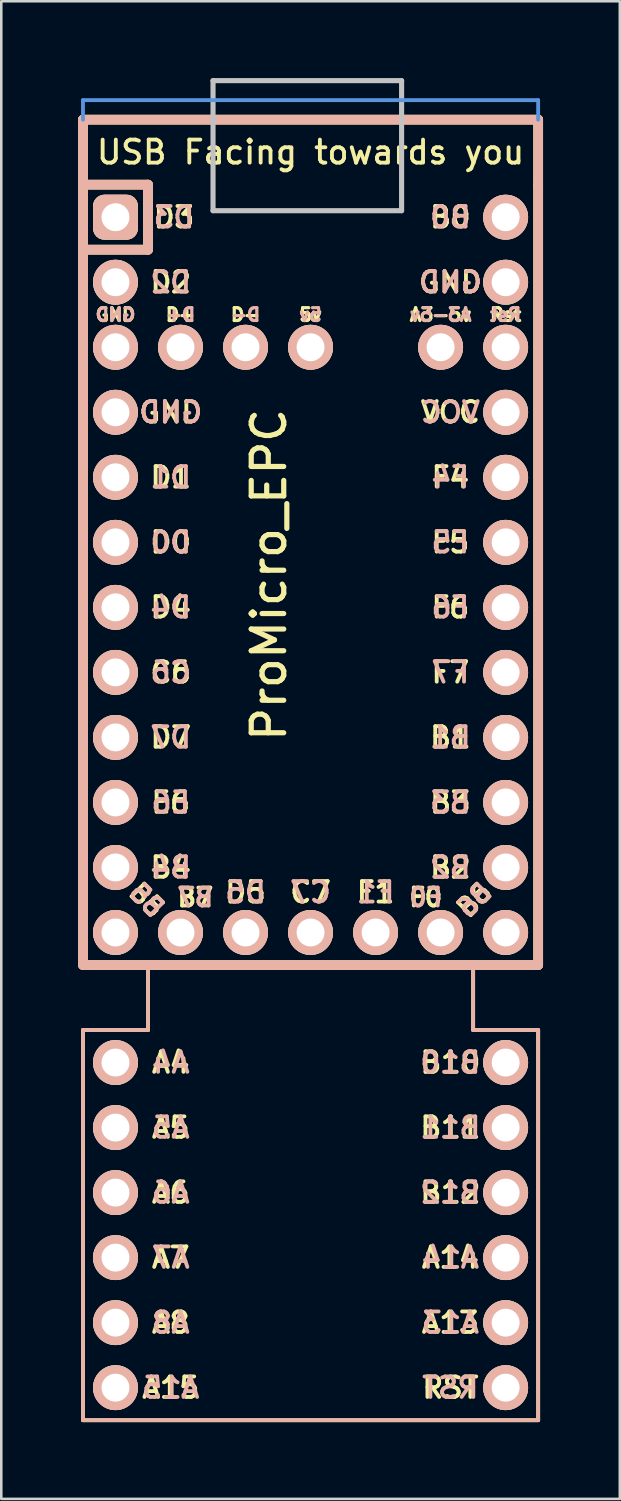
<source format=kicad_pcb>
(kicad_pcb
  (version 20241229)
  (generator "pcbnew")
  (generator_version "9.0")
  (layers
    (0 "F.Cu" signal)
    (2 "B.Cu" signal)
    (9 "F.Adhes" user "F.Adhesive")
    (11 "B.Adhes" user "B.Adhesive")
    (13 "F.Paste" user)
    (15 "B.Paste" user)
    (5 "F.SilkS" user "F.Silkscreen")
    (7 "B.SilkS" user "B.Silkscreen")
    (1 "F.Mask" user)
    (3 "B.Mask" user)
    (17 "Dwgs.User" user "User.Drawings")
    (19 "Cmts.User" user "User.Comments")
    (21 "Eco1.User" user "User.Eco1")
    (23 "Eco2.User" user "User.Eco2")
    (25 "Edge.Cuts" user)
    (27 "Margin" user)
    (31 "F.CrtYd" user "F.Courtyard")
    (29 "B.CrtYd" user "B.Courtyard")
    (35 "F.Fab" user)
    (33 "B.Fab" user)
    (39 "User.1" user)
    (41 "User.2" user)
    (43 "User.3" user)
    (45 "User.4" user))
  (footprint "ProMicro_EPC"
    (layer "F.Cu")
    (at 9.081 19.404)
    (property "Reference" "ProMicro_EPC" (at -1.625 0 270) (layer "F.SilkS") (effects (font (size 1.27 1.27) (thickness 0.203))))
    (attr through_hole)
    (fp_line (start -8.89 -17.78) (end -8.89 -15.24) (stroke (width 0.381) (type solid)) (layer "F.SilkS"))
    (fp_line (start -8.89 -15.24) (end -8.89 15.24) (stroke (width 0.381) (type solid)) (layer "F.SilkS"))
    (fp_line (start -8.89 15.24) (end 8.89 15.24) (stroke (width 0.381) (type solid)) (layer "F.SilkS"))
    (fp_line (start -8.89 33.02) (end -8.89 17.78) (stroke (width 0.15) (type solid)) (layer "F.SilkS"))
    (fp_line (start -6.35 -15.24) (end -8.89 -15.24) (stroke (width 0.381) (type solid)) (layer "F.SilkS"))
    (fp_line (start -6.35 -15.24) (end -6.35 -12.7) (stroke (width 0.381) (type solid)) (layer "F.SilkS"))
    (fp_line (start -6.35 -12.7) (end -8.89 -12.7) (stroke (width 0.381) (type solid)) (layer "F.SilkS"))
    (fp_line (start -6.35 15.748) (end -6.35 15.24) (stroke (width 0.15) (type solid)) (layer "F.SilkS"))
    (fp_line (start -6.35 15.748) (end -6.35 17.78) (stroke (width 0.15) (type solid)) (layer "F.SilkS"))
    (fp_line (start -6.35 17.78) (end -8.89 17.78) (stroke (width 0.15) (type solid)) (layer "F.SilkS"))
    (fp_line (start 6.35 15.24) (end 6.35 17.78) (stroke (width 0.15) (type solid)) (layer "F.SilkS"))
    (fp_line (start 6.35 17.78) (end 8.89 17.78) (stroke (width 0.15) (type solid)) (layer "F.SilkS"))
    (fp_line (start 8.89 -17.78) (end -8.89 -17.78) (stroke (width 0.381) (type solid)) (layer "F.SilkS"))
    (fp_line (start 8.89 -15.24) (end 8.89 -17.78) (stroke (width 0.381) (type solid)) (layer "F.SilkS"))
    (fp_line (start 8.89 15.24) (end 8.89 -15.24) (stroke (width 0.381) (type solid)) (layer "F.SilkS"))
    (fp_line (start 8.89 17.78) (end 8.89 33.02) (stroke (width 0.15) (type solid)) (layer "F.SilkS"))
    (fp_line (start 8.89 33.02) (end -8.89 33.02) (stroke (width 0.15) (type solid)) (layer "F.SilkS"))
    (fp_line (start -8.89 -17.78) (end -8.89 15.24) (stroke (width 0.381) (type solid)) (layer "B.SilkS"))
    (fp_line (start -8.89 15.24) (end 8.89 15.24) (stroke (width 0.381) (type solid)) (layer "B.SilkS"))
    (fp_line (start -8.89 17.78) (end -8.89 33.02) (stroke (width 0.15) (type solid)) (layer "B.SilkS"))
    (fp_line (start -8.89 33.02) (end 8.89 33.02) (stroke (width 0.15) (type solid)) (layer "B.SilkS"))
    (fp_line (start -6.35 -15.24) (end -8.89 -15.24) (stroke (width 0.381) (type solid)) (layer "B.SilkS"))
    (fp_line (start -6.35 -15.24) (end -6.35 -12.7) (stroke (width 0.381) (type solid)) (layer "B.SilkS"))
    (fp_line (start -6.35 -12.7) (end -8.89 -12.7) (stroke (width 0.381) (type solid)) (layer "B.SilkS"))
    (fp_line (start -6.35 15.24) (end -6.35 17.78) (stroke (width 0.15) (type solid)) (layer "B.SilkS"))
    (fp_line (start -6.35 17.78) (end -8.89 17.78) (stroke (width 0.15) (type solid)) (layer "B.SilkS"))
    (fp_line (start 6.35 17.78) (end 6.35 15.24) (stroke (width 0.15) (type solid)) (layer "B.SilkS"))
    (fp_line (start 8.89 -17.78) (end -8.89 -17.78) (stroke (width 0.381) (type solid)) (layer "B.SilkS"))
    (fp_line (start 8.89 15.24) (end 8.89 -17.78) (stroke (width 0.381) (type solid)) (layer "B.SilkS"))
    (fp_line (start 8.89 17.78) (end 6.35 17.78) (stroke (width 0.15) (type solid)) (layer "B.SilkS"))
    (fp_line (start 8.89 33.02) (end 8.89 17.78) (stroke (width 0.15) (type solid)) (layer "B.SilkS"))
    (fp_line (start -3.81 -19.304) (end 3.556 -19.304) (stroke (width 0.2) (type solid)) (layer "Dwgs.User"))
    (fp_line (start -3.81 -14.224) (end -3.81 -19.304) (stroke (width 0.2) (type solid)) (layer "Dwgs.User"))
    (fp_line (start 3.556 -19.304) (end 3.556 -14.224) (stroke (width 0.2) (type solid)) (layer "Dwgs.User"))
    (fp_line (start 3.556 -14.224) (end -3.81 -14.224) (stroke (width 0.2) (type solid)) (layer "Dwgs.User"))
    (fp_line (start -8.89 -18.542) (end 8.89 -18.542) (stroke (width 0.15) (type solid)) (layer "Cmts.User"))
    (fp_line (start -8.89 -17.78) (end -8.89 -18.542) (stroke (width 0.15) (type solid)) (layer "Cmts.User"))
    (fp_line (start 8.89 -18.542) (end 8.89 -17.78) (stroke (width 0.15) (type solid)) (layer "Cmts.User"))
    (fp_text user "C6" (at -5.461 3.81 0) (layer "F.SilkS") (effects (font (size 0.8 0.8) (thickness 0.15))))
    (fp_text user "A5" (at -5.461 21.59 180) (layer "F.SilkS") (effects (font (size 0.8 0.8) (thickness 0.15))))
    (fp_text user "F0" (at 4.5 12.6 0) (layer "F.SilkS") (effects (font (size 0.7 0.7) (thickness 0.15))))
    (fp_text user "VCC" (at 5.461 -6.35 0) (layer "F.SilkS") (effects (font (size 0.8 0.8) (thickness 0.15))))
    (fp_text user "B2" (at 5.461 11.43 0) (layer "F.SilkS") (effects (font (size 0.8 0.8) (thickness 0.15))))
    (fp_text user "D1" (at -5.461 -3.81 0) (layer "F.SilkS") (effects (font (size 0.8 0.8) (thickness 0.15))))
    (fp_text user "GND" (at -7.62 -10.16 0) (layer "F.SilkS") (effects (font (size 0.5 0.5) (thickness 0.125))))
    (fp_text user "5v" (at 0 -10.16 0) (layer "F.SilkS") (effects (font (size 0.5 0.5) (thickness 0.125))))
    (fp_text user "D0" (at -5.461 -1.27 0) (layer "F.SilkS") (effects (font (size 0.8 0.8) (thickness 0.15))))
    (fp_text user "A3-5v" (at 5.08 -10.16 0) (layer "F.SilkS") (effects (font (size 0.5 0.5) (thickness 0.125))))
    (fp_text user "F5" (at 5.461 -1.27 0) (layer "F.SilkS") (effects (font (size 0.8 0.8) (thickness 0.15))))
    (fp_text user "D-" (at -2.54 -10.16 0) (layer "F.SilkS") (effects (font (size 0.5 0.5) (thickness 0.125))))
    (fp_text user "B1" (at 5.461 6.35 0) (layer "F.SilkS") (effects (font (size 0.8 0.8) (thickness 0.15))))
    (fp_text user "D3" (at -5.334 -13.97 0) (layer "F.SilkS") (effects (font (size 0.8 0.8) (thickness 0.15))))
    (fp_text user "RST" (at 5.461 31.75 180) (layer "F.SilkS") (effects (font (size 0.8 0.8) (thickness 0.15))))
    (fp_text user "C7" (at 0 12.4 0) (layer "F.SilkS") (effects (font (size 0.8 0.8) (thickness 0.15))))
    (fp_text user "D7" (at -5.461 6.35 0) (layer "F.SilkS") (effects (font (size 0.8 0.8) (thickness 0.15))))
    (fp_text user "A4" (at -5.461 19.05 180) (layer "F.SilkS") (effects (font (size 0.8 0.8) (thickness 0.15))))
    (fp_text user "F4" (at 5.461 -3.81 0) (layer "F.SilkS") (effects (font (size 0.8 0.8) (thickness 0.15))))
    (fp_text user "B0" (at 5.461 -13.97 0) (layer "F.SilkS") (effects (font (size 0.8 0.8) (thickness 0.15))))
    (fp_text user "A14" (at 5.461 26.67 180) (layer "F.SilkS") (effects (font (size 0.8 0.8) (thickness 0.15))))
    (fp_text user "D5" (at -2.54 12.4 0) (layer "F.SilkS") (effects (font (size 0.8 0.8) (thickness 0.15))))
    (fp_text user "D+" (at -5.08 -10.16 0) (layer "F.SilkS") (effects (font (size 0.5 0.5) (thickness 0.125))))
    (fp_text user "F1" (at 2.54 12.4 0) (layer "F.SilkS") (effects (font (size 0.8 0.8) (thickness 0.15))))
    (fp_text user "GND" (at -5.461 -6.35 0) (layer "F.SilkS") (effects (font (size 0.8 0.8) (thickness 0.15))))
    (fp_text user "B4" (at -5.461 11.43 0) (layer "F.SilkS") (effects (font (size 0.8 0.8) (thickness 0.15))))
    (fp_text user "F7" (at 5.461 3.81 0) (layer "F.SilkS") (effects (font (size 0.8 0.8) (thickness 0.15))))
    (fp_text user "A8" (at -5.461 29.21 180) (layer "F.SilkS") (effects (font (size 0.8 0.8) (thickness 0.15))))
    (fp_text user "A7" (at -5.461 26.67 180) (layer "F.SilkS") (effects (font (size 0.8 0.8) (thickness 0.15))))
    (fp_text user "Rst" (at 7.62 -10.16 0) (layer "F.SilkS") (effects (font (size 0.5 0.5) (thickness 0.125))))
    (fp_text user "E6" (at -5.461 8.89 0) (layer "F.SilkS") (effects (font (size 0.8 0.8) (thickness 0.15))))
    (fp_text user "B6" (at 6.4 12.7 45) (unlocked yes) (layer "F.SilkS") (effects (font (size 0.7 0.7) (thickness 0.15))))
    (fp_text user "A13" (at 5.461 29.21 180) (layer "F.SilkS") (effects (font (size 0.8 0.8) (thickness 0.15))))
    (fp_text user "GND" (at 5.461 -11.43 0) (layer "F.SilkS") (effects (font (size 0.8 0.8) (thickness 0.15))))
    (fp_text user "F6" (at 5.461 1.27 0) (layer "F.SilkS") (effects (font (size 0.8 0.8) (thickness 0.15))))
    (fp_text user "B11" (at 5.461 21.59 180) (layer "F.SilkS") (effects (font (size 0.8 0.8) (thickness 0.15))))
    (fp_text user "B7" (at -4.5 12.6 0) (layer "F.SilkS") (effects (font (size 0.7 0.7) (thickness 0.15))))
    (fp_text user "B12" (at 5.461 24.13 180) (layer "F.SilkS") (effects (font (size 0.8 0.8) (thickness 0.15))))
    (fp_text user "A6" (at -5.461 24.13 180) (layer "F.SilkS") (effects (font (size 0.8 0.8) (thickness 0.15))))
    (fp_text user "B5" (at -6.4 12.7 315) (layer "F.SilkS") (effects (font (size 0.7 0.7) (thickness 0.15))))
    (fp_text user "A15" (at -5.461 31.75 180) (layer "F.SilkS") (effects (font (size 0.8 0.8) (thickness 0.15))))
    (fp_text user "D2" (at -5.461 -11.43 0) (layer "F.SilkS") (effects (font (size 0.8 0.8) (thickness 0.15))))
    (fp_text user "B10" (at 5.461 19.05 180) (layer "F.SilkS") (effects (font (size 0.8 0.8) (thickness 0.15))))
    (fp_text user "D4" (at -5.461 1.27 0) (layer "F.SilkS") (effects (font (size 0.8 0.8) (thickness 0.15))))
    (fp_text user "B3" (at 5.461 8.89 0) (layer "F.SilkS") (effects (font (size 0.8 0.8) (thickness 0.15))))
    (fp_text user "USB Facing towards you" (at 0 -16.51 0) (layer "F.SilkS") (effects (font (size 0.9 0.9) (thickness 0.15))))
    (fp_text user "B3" (at 5.461 8.89 0) (layer "B.SilkS") (effects (font (size 0.8 0.8) (thickness 0.15)) (justify mirror)))
    (fp_text user "C6" (at -5.461 3.81 0) (layer "B.SilkS") (effects (font (size 0.8 0.8) (thickness 0.15)) (justify mirror)))
    (fp_text user "D0" (at -5.461 -1.27 0) (layer "B.SilkS") (effects (font (size 0.8 0.8) (thickness 0.15)) (justify mirror)))
    (fp_text user "VCC" (at 5.461 -6.35 0) (layer "B.SilkS") (effects (font (size 0.8 0.8) (thickness 0.15)) (justify mirror)))
    (fp_text user "B2" (at 5.461 11.43 0) (layer "B.SilkS") (effects (font (size 0.8 0.8) (thickness 0.15)) (justify mirror)))
    (fp_text user "F4" (at 5.461 -3.81 0) (layer "B.SilkS") (effects (font (size 0.8 0.8) (thickness 0.15)) (justify mirror)))
    (fp_text user "Rst" (at 7.62 -10.16 0) (layer "B.SilkS") (effects (font (size 0.5 0.5) (thickness 0.125)) (justify mirror)))
    (fp_text user "B4" (at -5.461 11.43 0) (layer "B.SilkS") (effects (font (size 0.8 0.8) (thickness 0.15)) (justify mirror)))
    (fp_text user "B11" (at 5.461 21.59 0) (layer "B.SilkS") (effects (font (size 0.8 0.8) (thickness 0.15)) (justify mirror)))
    (fp_text user "B5" (at -6.4 12.7 315) (layer "B.SilkS") (effects (font (size 0.7 0.7) (thickness 0.15)) (justify mirror)))
    (fp_text user "B1" (at 5.461 6.35 0) (layer "B.SilkS") (effects (font (size 0.8 0.8) (thickness 0.15)) (justify mirror)))
    (fp_text user "A8" (at -5.461 29.21 0) (layer "B.SilkS") (effects (font (size 0.8 0.8) (thickness 0.15)) (justify mirror)))
    (fp_text user "B6" (at 6.4 12.7 45) (unlocked yes) (layer "B.SilkS") (effects (font (size 0.7 0.7) (thickness 0.15)) (justify mirror)))
    (fp_text user "F7" (at 5.461 3.81 0) (layer "B.SilkS") (effects (font (size 0.8 0.8) (thickness 0.15)) (justify mirror)))
    (fp_text user "A7" (at -5.461 26.67 0) (layer "B.SilkS") (effects (font (size 0.8 0.8) (thickness 0.15)) (justify mirror)))
    (fp_text user "GND" (at -7.62 -10.16 0) (layer "B.SilkS") (effects (font (size 0.5 0.5) (thickness 0.125)) (justify mirror)))
    (fp_text user "D5" (at -2.54 12.4 0) (layer "B.SilkS") (effects (font (size 0.8 0.8) (thickness 0.15)) (justify mirror)))
    (fp_text user "D-" (at -2.54 -10.16 0) (layer "B.SilkS") (effects (font (size 0.5 0.5) (thickness 0.125)) (justify mirror)))
    (fp_text user "C7" (at 0 12.4 0) (layer "B.SilkS") (effects (font (size 0.8 0.8) (thickness 0.15)) (justify mirror)))
    (fp_text user "A6" (at -5.461 24.13 0) (layer "B.SilkS") (effects (font (size 0.8 0.8) (thickness 0.15)) (justify mirror)))
    (fp_text user "5v" (at 0 -10.16 0) (layer "B.SilkS") (effects (font (size 0.5 0.5) (thickness 0.125)) (justify mirror)))
    (fp_text user "D+" (at -5.08 -10.16 0) (layer "B.SilkS") (effects (font (size 0.5 0.5) (thickness 0.125)) (justify mirror)))
    (fp_text user "F1" (at 2.54 12.4 0) (layer "B.SilkS") (effects (font (size 0.8 0.8) (thickness 0.15)) (justify mirror)))
    (fp_text user "A5" (at -5.461 21.59 0) (layer "B.SilkS") (effects (font (size 0.8 0.8) (thickness 0.15)) (justify mirror)))
    (fp_text user "RST" (at 5.461 31.75 0) (layer "B.SilkS") (effects (font (size 0.8 0.8) (thickness 0.15)) (justify mirror)))
    (fp_text user "E6" (at -5.461 8.89 0) (layer "B.SilkS") (effects (font (size 0.8 0.8) (thickness 0.15)) (justify mirror)))
    (fp_text user "D3" (at -5.334 -13.97 0) (layer "B.SilkS") (effects (font (size 0.8 0.8) (thickness 0.15)) (justify mirror)))
    (fp_text user "A13" (at 5.461 29.21 0) (layer "B.SilkS") (effects (font (size 0.8 0.8) (thickness 0.15)) (justify mirror)))
    (fp_text user "D2" (at -5.461 -11.43 0) (layer "B.SilkS") (effects (font (size 0.8 0.8) (thickness 0.15)) (justify mirror)))
    (fp_text user "GND" (at -5.461 -6.35 0) (layer "B.SilkS") (effects (font (size 0.8 0.8) (thickness 0.15)) (justify mirror)))
    (fp_text user "B12" (at 5.461 24.13 0) (layer "B.SilkS") (effects (font (size 0.8 0.8) (thickness 0.15)) (justify mirror)))
    (fp_text user "GND" (at 5.461 -11.43 0) (layer "B.SilkS") (effects (font (size 0.8 0.8) (thickness 0.15)) (justify mirror)))
    (fp_text user "B0" (at 5.461 -13.97 0) (layer "B.SilkS") (effects (font (size 0.8 0.8) (thickness 0.15)) (justify mirror)))
    (fp_text user "D1" (at -5.461 -3.81 0) (layer "B.SilkS") (effects (font (size 0.8 0.8) (thickness 0.15)) (justify mirror)))
    (fp_text user "D7" (at -5.461 6.35 0) (layer "B.SilkS") (effects (font (size 0.8 0.8) (thickness 0.15)) (justify mirror)))
    (fp_text user "D4" (at -5.461 1.27 0) (layer "B.SilkS") (effects (font (size 0.8 0.8) (thickness 0.15)) (justify mirror)))
    (fp_text user "B7" (at -4.5 12.6 0) (layer "B.SilkS") (effects (font (size 0.7 0.7) (thickness 0.15)) (justify mirror)))
    (fp_text user "A14" (at 5.461 26.67 0) (layer "B.SilkS") (effects (font (size 0.8 0.8) (thickness 0.15)) (justify mirror)))
    (fp_text user "A3-5v" (at 5.08 -10.16 0) (layer "B.SilkS") (effects (font (size 0.5 0.5) (thickness 0.125)) (justify mirror)))
    (fp_text user "A15" (at -5.461 31.75 0) (layer "B.SilkS") (effects (font (size 0.8 0.8) (thickness 0.15)) (justify mirror)))
    (fp_text user "F5" (at 5.461 -1.27 0) (layer "B.SilkS") (effects (font (size 0.8 0.8) (thickness 0.15)) (justify mirror)))
    (fp_text user "B10" (at 5.461 19.05 0) (layer "B.SilkS") (effects (font (size 0.8 0.8) (thickness 0.15)) (justify mirror)))
    (fp_text user "A4" (at -5.461 19.05 0) (layer "B.SilkS") (effects (font (size 0.8 0.8) (thickness 0.15)) (justify mirror)))
    (fp_text user "F6" (at 5.461 1.27 0) (layer "B.SilkS") (effects (font (size 0.8 0.8) (thickness 0.15)) (justify mirror)))
    (fp_text user "F0" (at 4.5 12.6 0) (layer "B.SilkS") (effects (font (size 0.7 0.7) (thickness 0.15)) (justify mirror)))
    (pad "1" thru_hole roundrect (at -7.62 -13.97 270) (size 1.753 1.753) (drill 1.092) (layers "*.Cu" "*.SilkS" "*.Mask") (roundrect_rratio 0.25))
    (pad "2" thru_hole circle (at -7.62 -11.43 270) (size 1.753 1.753) (drill 1.092) (layers "*.Cu" "*.SilkS" "*.Mask"))
    (pad "3" thru_hole circle (at -7.62 -8.89 270) (size 1.753 1.753) (drill 1.092) (layers "*.Cu" "*.SilkS" "*.Mask"))
    (pad "4" thru_hole circle (at -7.62 -6.35 270) (size 1.753 1.753) (drill 1.092) (layers "*.Cu" "*.SilkS" "*.Mask"))
    (pad "5" thru_hole circle (at -7.62 -3.81 270) (size 1.753 1.753) (drill 1.092) (layers "*.Cu" "*.SilkS" "*.Mask"))
    (pad "6" thru_hole circle (at -7.62 -1.27 270) (size 1.753 1.753) (drill 1.092) (layers "*.Cu" "*.SilkS" "*.Mask"))
    (pad "7" thru_hole circle (at -7.62 1.27 270) (size 1.753 1.753) (drill 1.092) (layers "*.Cu" "*.SilkS" "*.Mask"))
    (pad "8" thru_hole circle (at -7.62 3.81 270) (size 1.753 1.753) (drill 1.092) (layers "*.Cu" "*.SilkS" "*.Mask"))
    (pad "9" thru_hole circle (at -7.62 6.35 270) (size 1.753 1.753) (drill 1.092) (layers "*.Cu" "*.SilkS" "*.Mask"))
    (pad "10" thru_hole circle (at -7.62 8.89 270) (size 1.753 1.753) (drill 1.092) (layers "*.Cu" "*.SilkS" "*.Mask"))
    (pad "11" thru_hole circle (at -7.62 11.43 270) (size 1.753 1.753) (drill 1.092) (layers "*.Cu" "*.SilkS" "*.Mask"))
    (pad "12" thru_hole circle (at -7.62 13.97 270) (size 1.753 1.753) (drill 1.092) (layers "*.Cu" "*.SilkS" "*.Mask"))
    (pad "13" thru_hole circle (at 7.62 13.97 270) (size 1.753 1.753) (drill 1.092) (layers "*.Cu" "*.SilkS" "*.Mask"))
    (pad "14" thru_hole circle (at 7.62 11.43 270) (size 1.753 1.753) (drill 1.092) (layers "*.Cu" "*.SilkS" "*.Mask"))
    (pad "15" thru_hole circle (at 7.62 8.89 270) (size 1.753 1.753) (drill 1.092) (layers "*.Cu" "*.SilkS" "*.Mask"))
    (pad "16" thru_hole circle (at 7.62 6.35 270) (size 1.753 1.753) (drill 1.092) (layers "*.Cu" "*.SilkS" "*.Mask"))
    (pad "17" thru_hole circle (at 7.62 3.81 270) (size 1.753 1.753) (drill 1.092) (layers "*.Cu" "*.SilkS" "*.Mask"))
    (pad "18" thru_hole circle (at 7.62 1.27 270) (size 1.753 1.753) (drill 1.092) (layers "*.Cu" "*.SilkS" "*.Mask"))
    (pad "19" thru_hole circle (at 7.62 -1.27 270) (size 1.753 1.753) (drill 1.092) (layers "*.Cu" "*.SilkS" "*.Mask"))
    (pad "20" thru_hole circle (at 7.62 -3.81 270) (size 1.753 1.753) (drill 1.092) (layers "*.Cu" "*.SilkS" "*.Mask"))
    (pad "21" thru_hole circle (at 7.62 -6.35 270) (size 1.753 1.753) (drill 1.092) (layers "*.Cu" "*.SilkS" "*.Mask"))
    (pad "22" thru_hole circle (at 7.62 -8.89 270) (size 1.753 1.753) (drill 1.092) (layers "*.Cu" "*.SilkS" "*.Mask"))
    (pad "23" thru_hole circle (at 7.62 -11.43 270) (size 1.753 1.753) (drill 1.092) (layers "*.Cu" "*.SilkS" "*.Mask"))
    (pad "24" thru_hole circle (at 7.62 -13.97 270) (size 1.753 1.753) (drill 1.092) (layers "*.Cu" "*.SilkS" "*.Mask"))
    (pad "25" thru_hole circle (at -5.08 13.97 270) (size 1.753 1.753) (drill 1.092) (layers "*.Cu" "*.SilkS" "*.Mask"))
    (pad "26" thru_hole circle (at -2.54 13.97 270) (size 1.753 1.753) (drill 1.092) (layers "*.Cu" "*.SilkS" "*.Mask"))
    (pad "27" thru_hole circle (at 0 13.97 270) (size 1.753 1.753) (drill 1.092) (layers "*.Cu" "*.SilkS" "*.Mask"))
    (pad "28" thru_hole circle (at 2.54 13.97 270) (size 1.753 1.753) (drill 1.092) (layers "*.Cu" "*.SilkS" "*.Mask"))
    (pad "29" thru_hole circle (at 5.08 13.97 270) (size 1.753 1.753) (drill 1.092) (layers "*.Cu" "*.SilkS" "*.Mask"))
    (pad "30" thru_hole circle (at 7.62 19.05 90) (size 1.753 1.753) (drill 1.092) (layers "*.Cu" "*.SilkS" "*.Mask"))
    (pad "31" thru_hole circle (at 7.62 21.59 90) (size 1.753 1.753) (drill 1.092) (layers "*.Cu" "*.SilkS" "*.Mask"))
    (pad "32" thru_hole circle (at 7.62 24.13 90) (size 1.753 1.753) (drill 1.092) (layers "*.Cu" "*.SilkS" "*.Mask"))
    (pad "33" thru_hole circle (at 7.62 26.67 90) (size 1.753 1.753) (drill 1.092) (layers "*.Cu" "*.SilkS" "*.Mask"))
    (pad "34" thru_hole circle (at 7.62 29.21 90) (size 1.753 1.753) (drill 1.092) (layers "*.Cu" "*.SilkS" "*.Mask"))
    (pad "35" thru_hole circle (at 7.62 31.75 90) (size 1.753 1.753) (drill 1.092) (layers "*.Cu" "*.SilkS" "*.Mask"))
    (pad "36" thru_hole circle (at -7.62 31.75 90) (size 1.753 1.753) (drill 1.092) (layers "*.Cu" "*.SilkS" "*.Mask"))
    (pad "37" thru_hole circle (at -7.62 29.21 90) (size 1.753 1.753) (drill 1.092) (layers "*.Cu" "*.SilkS" "*.Mask"))
    (pad "38" thru_hole circle (at -7.62 26.67 90) (size 1.753 1.753) (drill 1.092) (layers "*.Cu" "*.SilkS" "*.Mask"))
    (pad "39" thru_hole circle (at -7.62 24.13 90) (size 1.753 1.753) (drill 1.092) (layers "*.Cu" "*.SilkS" "*.Mask"))
    (pad "40" thru_hole circle (at -7.62 21.59 90) (size 1.753 1.753) (drill 1.092) (layers "*.Cu" "*.SilkS" "*.Mask"))
    (pad "41" thru_hole circle (at -7.62 19.05 90) (size 1.753 1.753) (drill 1.092) (layers "*.Cu" "*.SilkS" "*.Mask"))
    (pad "42" thru_hole circle (at -5.08 -8.89 270) (size 1.753 1.753) (drill 1.092) (layers "*.Cu" "*.SilkS" "*.Mask"))
    (pad "43" thru_hole circle (at -2.54 -8.89 270) (size 1.753 1.753) (drill 1.092) (layers "*.Cu" "*.SilkS" "*.Mask"))
    (pad "44" thru_hole circle (at 0 -8.89 270) (size 1.753 1.753) (drill 1.092) (layers "*.Cu" "*.SilkS" "*.Mask"))
    (pad "45" thru_hole circle (at 5.08 -8.89 270) (size 1.753 1.753) (drill 1.092) (layers "*.Cu" "*.SilkS" "*.Mask")))
  (gr_rect
    (start -3 -3)
    (end 21.161 55.499)
    (stroke (width 0.1) (type default))
    (fill no)
    (layer "Edge.Cuts")))
</source>
